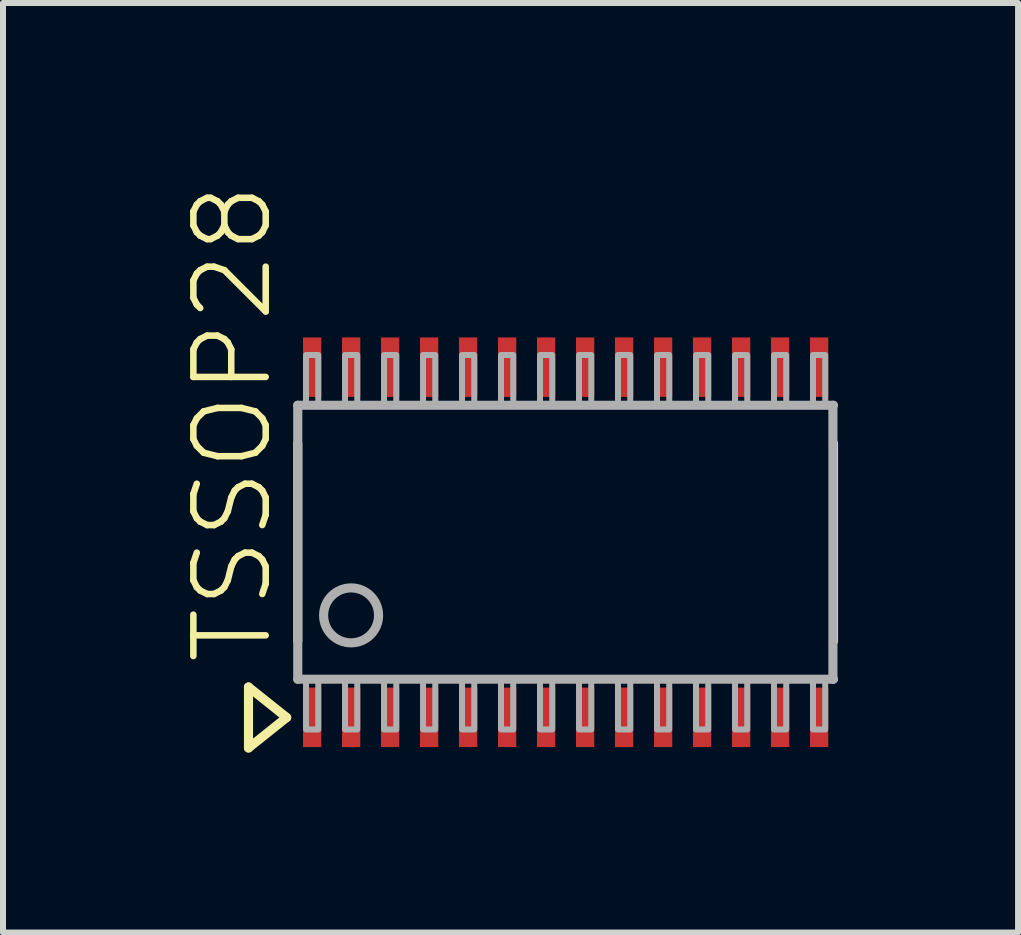
<source format=kicad_pcb>
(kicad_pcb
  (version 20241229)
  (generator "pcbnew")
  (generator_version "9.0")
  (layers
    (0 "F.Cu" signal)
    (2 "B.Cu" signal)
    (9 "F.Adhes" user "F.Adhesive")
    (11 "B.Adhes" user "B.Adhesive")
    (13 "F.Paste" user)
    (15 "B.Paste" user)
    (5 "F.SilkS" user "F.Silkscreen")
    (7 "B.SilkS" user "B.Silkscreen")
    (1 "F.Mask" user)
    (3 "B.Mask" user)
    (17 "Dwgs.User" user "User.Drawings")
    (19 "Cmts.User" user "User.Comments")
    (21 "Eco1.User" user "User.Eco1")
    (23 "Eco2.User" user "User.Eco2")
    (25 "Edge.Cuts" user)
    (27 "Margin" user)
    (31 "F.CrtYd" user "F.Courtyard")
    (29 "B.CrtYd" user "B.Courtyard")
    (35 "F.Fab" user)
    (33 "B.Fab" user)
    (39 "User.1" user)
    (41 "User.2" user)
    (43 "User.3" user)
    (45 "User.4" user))
  (footprint "TSSOP28"
    (layer "F.Cu")
    (at 5.728 5.988)
    (property "Reference" "TSSOP28" (at -4.196 2.083 90) (layer "F.SilkS") (effects (font (size 1.206 1.206) (thickness 0.109)) (justify left bottom)))
    (attr through_hole)
    (fp_line (start -4.636 2.413) (end -4.636 3.429) (stroke (width 0.152) (type solid)) (layer "F.SilkS"))
    (fp_line (start -4.636 3.429) (end -4 2.921) (stroke (width 0.152) (type solid)) (layer "F.SilkS"))
    (fp_line (start -4 2.921) (end -4.636 2.413) (stroke (width 0.152) (type solid)) (layer "F.SilkS"))
    (fp_line (start -3.815 1.648) (end -3.815 -1.648) (stroke (width 0.152) (type solid)) (layer "F.SilkS"))
    (fp_line (start 5.115 -1.648) (end 5.115 1.648) (stroke (width 0.152) (type solid)) (layer "F.SilkS"))
    (fp_line (start -3.815 2.283) (end -3.815 -2.283) (stroke (width 0.152) (type solid)) (layer "F.Fab"))
    (fp_line (start -3.815 2.283) (end 5.105 2.283) (stroke (width 0.152) (type solid)) (layer "F.Fab"))
    (fp_line (start 5.105 2.283) (end 5.105 -2.283) (stroke (width 0.152) (type solid)) (layer "F.Fab"))
    (fp_line (start 5.105 2.283) (end 5.115 2.283) (stroke (width 0.152) (type solid)) (layer "F.Fab"))
    (fp_line (start 5.115 -2.283) (end -3.815 -2.283) (stroke (width 0.152) (type solid)) (layer "F.Fab"))
    (fp_circle (center -2.926 1.219) (end -2.468 1.219) (stroke (width 0.152) (type solid)) (fill no) (layer "F.Fab"))
    (fp_poly (pts (xy -3.677 -2.283) (xy -3.473 -2.283) (xy -3.473 -3.121) (xy -3.677 -3.121)) (stroke (width 0.1) (type solid)) (fill no) (layer "F.Fab"))
    (fp_poly (pts (xy -3.677 3.121) (xy -3.473 3.121) (xy -3.473 2.283) (xy -3.677 2.283)) (stroke (width 0.1) (type solid)) (fill no) (layer "F.Fab"))
    (fp_poly (pts (xy -3.027 -2.283) (xy -2.823 -2.283) (xy -2.823 -3.121) (xy -3.027 -3.121)) (stroke (width 0.1) (type solid)) (fill no) (layer "F.Fab"))
    (fp_poly (pts (xy -3.027 3.121) (xy -2.823 3.121) (xy -2.823 2.283) (xy -3.027 2.283)) (stroke (width 0.1) (type solid)) (fill no) (layer "F.Fab"))
    (fp_poly (pts (xy -2.377 -2.283) (xy -2.173 -2.283) (xy -2.173 -3.121) (xy -2.377 -3.121)) (stroke (width 0.1) (type solid)) (fill no) (layer "F.Fab"))
    (fp_poly (pts (xy -2.377 3.121) (xy -2.173 3.121) (xy -2.173 2.283) (xy -2.377 2.283)) (stroke (width 0.1) (type solid)) (fill no) (layer "F.Fab"))
    (fp_poly (pts (xy -1.727 -2.283) (xy -1.523 -2.283) (xy -1.523 -3.121) (xy -1.727 -3.121)) (stroke (width 0.1) (type solid)) (fill no) (layer "F.Fab"))
    (fp_poly (pts (xy -1.727 3.121) (xy -1.523 3.121) (xy -1.523 2.283) (xy -1.727 2.283)) (stroke (width 0.1) (type solid)) (fill no) (layer "F.Fab"))
    (fp_poly (pts (xy -1.077 -2.283) (xy -0.873 -2.283) (xy -0.873 -3.121) (xy -1.077 -3.121)) (stroke (width 0.1) (type solid)) (fill no) (layer "F.Fab"))
    (fp_poly (pts (xy -1.077 3.121) (xy -0.873 3.121) (xy -0.873 2.283) (xy -1.077 2.283)) (stroke (width 0.1) (type solid)) (fill no) (layer "F.Fab"))
    (fp_poly (pts (xy -0.427 -2.283) (xy -0.223 -2.283) (xy -0.223 -3.121) (xy -0.427 -3.121)) (stroke (width 0.1) (type solid)) (fill no) (layer "F.Fab"))
    (fp_poly (pts (xy -0.427 3.121) (xy -0.223 3.121) (xy -0.223 2.283) (xy -0.427 2.283)) (stroke (width 0.1) (type solid)) (fill no) (layer "F.Fab"))
    (fp_poly (pts (xy 0.223 -2.283) (xy 0.427 -2.283) (xy 0.427 -3.121) (xy 0.223 -3.121)) (stroke (width 0.1) (type solid)) (fill no) (layer "F.Fab"))
    (fp_poly (pts (xy 0.223 3.121) (xy 0.427 3.121) (xy 0.427 2.283) (xy 0.223 2.283)) (stroke (width 0.1) (type solid)) (fill no) (layer "F.Fab"))
    (fp_poly (pts (xy 0.873 -2.283) (xy 1.077 -2.283) (xy 1.077 -3.121) (xy 0.873 -3.121)) (stroke (width 0.1) (type solid)) (fill no) (layer "F.Fab"))
    (fp_poly (pts (xy 0.873 3.121) (xy 1.077 3.121) (xy 1.077 2.283) (xy 0.873 2.283)) (stroke (width 0.1) (type solid)) (fill no) (layer "F.Fab"))
    (fp_poly (pts (xy 1.523 -2.283) (xy 1.727 -2.283) (xy 1.727 -3.121) (xy 1.523 -3.121)) (stroke (width 0.1) (type solid)) (fill no) (layer "F.Fab"))
    (fp_poly (pts (xy 1.523 3.121) (xy 1.727 3.121) (xy 1.727 2.283) (xy 1.523 2.283)) (stroke (width 0.1) (type solid)) (fill no) (layer "F.Fab"))
    (fp_poly (pts (xy 2.173 -2.283) (xy 2.377 -2.283) (xy 2.377 -3.121) (xy 2.173 -3.121)) (stroke (width 0.1) (type solid)) (fill no) (layer "F.Fab"))
    (fp_poly (pts (xy 2.173 3.121) (xy 2.377 3.121) (xy 2.377 2.283) (xy 2.173 2.283)) (stroke (width 0.1) (type solid)) (fill no) (layer "F.Fab"))
    (fp_poly (pts (xy 2.823 -2.283) (xy 3.027 -2.283) (xy 3.027 -3.121) (xy 2.823 -3.121)) (stroke (width 0.1) (type solid)) (fill no) (layer "F.Fab"))
    (fp_poly (pts (xy 2.823 3.121) (xy 3.027 3.121) (xy 3.027 2.283) (xy 2.823 2.283)) (stroke (width 0.1) (type solid)) (fill no) (layer "F.Fab"))
    (fp_poly (pts (xy 3.473 -2.283) (xy 3.677 -2.283) (xy 3.677 -3.121) (xy 3.473 -3.121)) (stroke (width 0.1) (type solid)) (fill no) (layer "F.Fab"))
    (fp_poly (pts (xy 3.473 3.121) (xy 3.677 3.121) (xy 3.677 2.283) (xy 3.473 2.283)) (stroke (width 0.1) (type solid)) (fill no) (layer "F.Fab"))
    (fp_poly (pts (xy 4.123 -2.283) (xy 4.327 -2.283) (xy 4.327 -3.121) (xy 4.123 -3.121)) (stroke (width 0.1) (type solid)) (fill no) (layer "F.Fab"))
    (fp_poly (pts (xy 4.123 3.121) (xy 4.327 3.121) (xy 4.327 2.283) (xy 4.123 2.283)) (stroke (width 0.1) (type solid)) (fill no) (layer "F.Fab"))
    (fp_poly (pts (xy 4.773 -2.283) (xy 4.977 -2.283) (xy 4.977 -3.121) (xy 4.773 -3.121)) (stroke (width 0.1) (type solid)) (fill no) (layer "F.Fab"))
    (fp_poly (pts (xy 4.773 3.121) (xy 4.977 3.121) (xy 4.977 2.283) (xy 4.773 2.283)) (stroke (width 0.1) (type solid)) (fill no) (layer "F.Fab"))
    (pad "1" smd rect (at -3.575 2.918) (size 0.305 0.991) (layers "F.Cu" "F.Mask" "F.Paste"))
    (pad "2" smd rect (at -2.925 2.918) (size 0.305 0.991) (layers "F.Cu" "F.Mask" "F.Paste"))
    (pad "3" smd rect (at -2.275 2.918) (size 0.305 0.991) (layers "F.Cu" "F.Mask" "F.Paste"))
    (pad "4" smd rect (at -1.625 2.918) (size 0.305 0.991) (layers "F.Cu" "F.Mask" "F.Paste"))
    (pad "5" smd rect (at -0.975 2.918) (size 0.305 0.991) (layers "F.Cu" "F.Mask" "F.Paste"))
    (pad "6" smd rect (at -0.325 2.918) (size 0.305 0.991) (layers "F.Cu" "F.Mask" "F.Paste"))
    (pad "7" smd rect (at 0.325 2.918) (size 0.305 0.991) (layers "F.Cu" "F.Mask" "F.Paste"))
    (pad "8" smd rect (at 0.975 2.918) (size 0.305 0.991) (layers "F.Cu" "F.Mask" "F.Paste"))
    (pad "9" smd rect (at 1.625 2.918) (size 0.305 0.991) (layers "F.Cu" "F.Mask" "F.Paste"))
    (pad "10" smd rect (at 2.275 2.918) (size 0.305 0.991) (layers "F.Cu" "F.Mask" "F.Paste"))
    (pad "11" smd rect (at 2.925 2.918) (size 0.305 0.991) (layers "F.Cu" "F.Mask" "F.Paste"))
    (pad "12" smd rect (at 3.575 2.918) (size 0.305 0.991) (layers "F.Cu" "F.Mask" "F.Paste"))
    (pad "13" smd rect (at 4.225 2.918) (size 0.305 0.991) (layers "F.Cu" "F.Mask" "F.Paste"))
    (pad "14" smd rect (at 4.875 2.918) (size 0.305 0.991) (layers "F.Cu" "F.Mask" "F.Paste"))
    (pad "15" smd rect (at 4.875 -2.918) (size 0.305 0.991) (layers "F.Cu" "F.Mask" "F.Paste"))
    (pad "16" smd rect (at 4.225 -2.918) (size 0.305 0.991) (layers "F.Cu" "F.Mask" "F.Paste"))
    (pad "17" smd rect (at 3.575 -2.918) (size 0.305 0.991) (layers "F.Cu" "F.Mask" "F.Paste"))
    (pad "18" smd rect (at 2.925 -2.918) (size 0.305 0.991) (layers "F.Cu" "F.Mask" "F.Paste"))
    (pad "19" smd rect (at 2.275 -2.918) (size 0.305 0.991) (layers "F.Cu" "F.Mask" "F.Paste"))
    (pad "20" smd rect (at 1.625 -2.918) (size 0.305 0.991) (layers "F.Cu" "F.Mask" "F.Paste"))
    (pad "21" smd rect (at 0.975 -2.918) (size 0.305 0.991) (layers "F.Cu" "F.Mask" "F.Paste"))
    (pad "22" smd rect (at 0.325 -2.918) (size 0.305 0.991) (layers "F.Cu" "F.Mask" "F.Paste"))
    (pad "23" smd rect (at -0.325 -2.918) (size 0.305 0.991) (layers "F.Cu" "F.Mask" "F.Paste"))
    (pad "24" smd rect (at -0.975 -2.918) (size 0.305 0.991) (layers "F.Cu" "F.Mask" "F.Paste"))
    (pad "25" smd rect (at -1.625 -2.918) (size 0.305 0.991) (layers "F.Cu" "F.Mask" "F.Paste"))
    (pad "26" smd rect (at -2.275 -2.918) (size 0.305 0.991) (layers "F.Cu" "F.Mask" "F.Paste"))
    (pad "27" smd rect (at -2.925 -2.918) (size 0.305 0.991) (layers "F.Cu" "F.Mask" "F.Paste"))
    (pad "28" smd rect (at -3.575 -2.918) (size 0.305 0.991) (layers "F.Cu" "F.Mask" "F.Paste")))
  (gr_rect
    (start -3 -3)
    (end 13.919 12.493)
    (stroke (width 0.1) (type default))
    (fill no)
    (layer "Edge.Cuts")))
</source>
